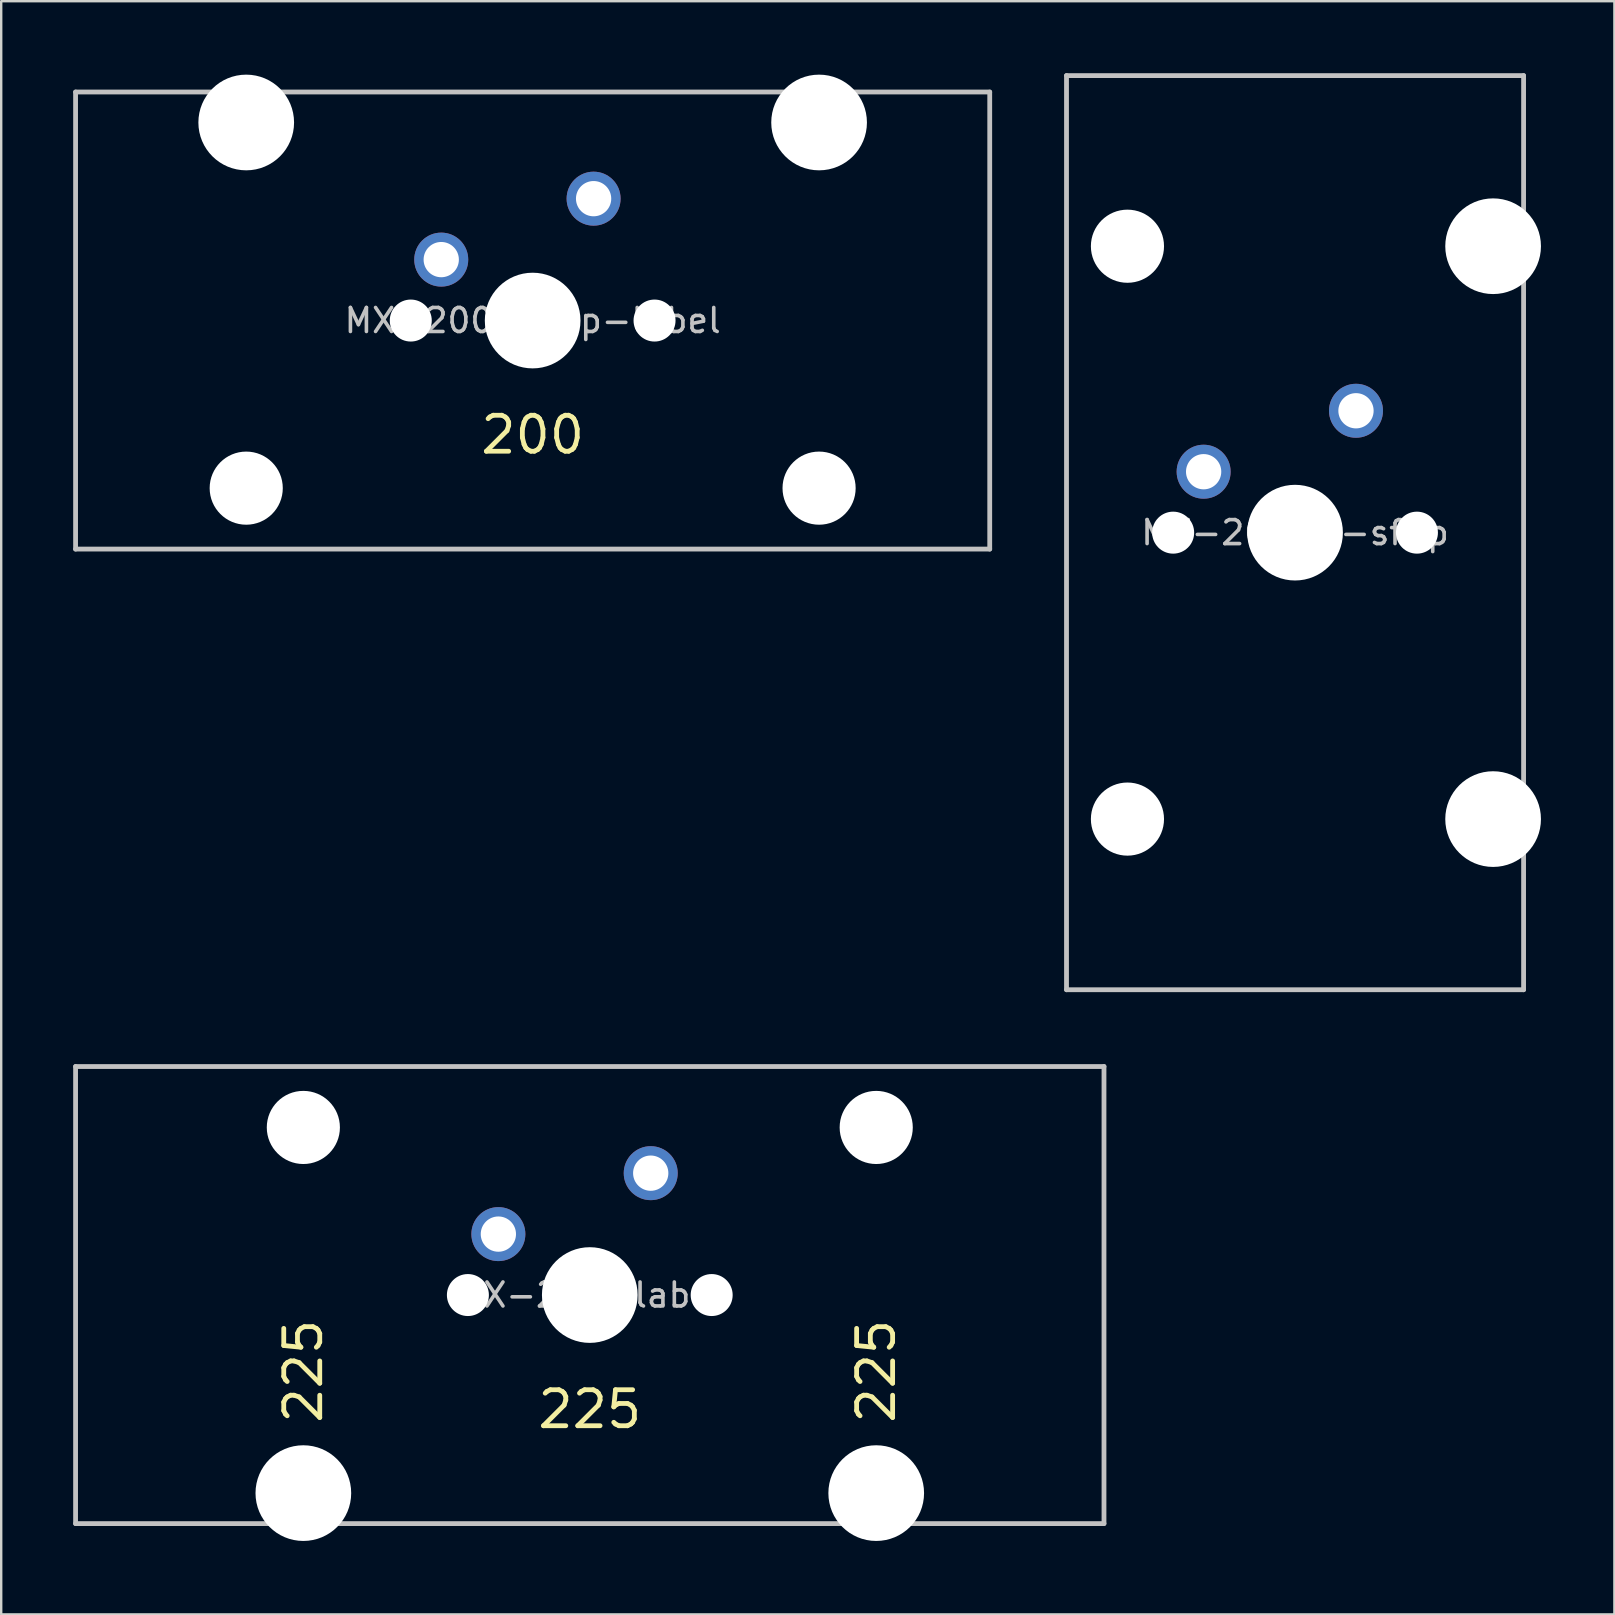
<source format=kicad_pcb>
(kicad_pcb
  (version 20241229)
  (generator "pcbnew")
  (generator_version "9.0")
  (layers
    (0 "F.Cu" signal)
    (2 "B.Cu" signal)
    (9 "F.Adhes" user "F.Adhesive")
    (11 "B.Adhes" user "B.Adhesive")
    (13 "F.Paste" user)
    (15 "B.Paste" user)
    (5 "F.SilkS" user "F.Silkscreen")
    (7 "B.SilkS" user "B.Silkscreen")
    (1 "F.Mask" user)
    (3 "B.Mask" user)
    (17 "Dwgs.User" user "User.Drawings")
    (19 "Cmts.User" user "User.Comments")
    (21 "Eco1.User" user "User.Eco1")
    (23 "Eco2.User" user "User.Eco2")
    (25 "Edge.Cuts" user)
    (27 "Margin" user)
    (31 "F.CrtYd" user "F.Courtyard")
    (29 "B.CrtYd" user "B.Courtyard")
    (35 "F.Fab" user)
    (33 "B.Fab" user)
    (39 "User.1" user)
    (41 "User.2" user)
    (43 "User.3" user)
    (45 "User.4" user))
  (footprint "MX-200-V-sflip"
    (layer "F.Cu")
    (at 50.925 19.15)
    (property "Reference" "MX-200-V-sflip" (at 0 0 0) (layer "Dwgs.User") (effects (font (size 1 1) (thickness 0.15))))
    (attr through_hole)
    (fp_line (start -9.525 -19.05) (end -9.525 19.05) (stroke (width 0.2) (type solid)) (layer "Dwgs.User"))
    (fp_line (start -9.525 -19.05) (end 9.525 -19.05) (stroke (width 0.2) (type solid)) (layer "Dwgs.User"))
    (fp_line (start 9.525 -19.05) (end 9.525 19.05) (stroke (width 0.2) (type solid)) (layer "Dwgs.User"))
    (fp_line (start 9.525 19.05) (end -9.525 19.05) (stroke (width 0.2) (type solid)) (layer "Dwgs.User"))
    (fp_line (start -8.95 -15.368) (end -8.95 -8.508) (stroke (width 0.12) (type solid)) (layer "Eco1.User"))
    (fp_line (start -8.95 -8.508) (end 7 -8.508) (stroke (width 0.12) (type solid)) (layer "Eco1.User"))
    (fp_line (start -8.95 8.508) (end -8.95 15.368) (stroke (width 0.12) (type solid)) (layer "Eco1.User"))
    (fp_line (start -8.95 15.368) (end 10.25 15.368) (stroke (width 0.12) (type solid)) (layer "Eco1.User"))
    (fp_line (start -7 -7) (end 7 -7) (stroke (width 0.12) (type solid)) (layer "Eco1.User"))
    (fp_line (start -7 7) (end -7 -7) (stroke (width 0.12) (type solid)) (layer "Eco1.User"))
    (fp_line (start -7 7) (end 7 7) (stroke (width 0.12) (type solid)) (layer "Eco1.User"))
    (fp_line (start 7 -8.508) (end 7 -7) (stroke (width 0.12) (type solid)) (layer "Eco1.User"))
    (fp_line (start 7 7) (end 7 8.508) (stroke (width 0.12) (type solid)) (layer "Eco1.User"))
    (fp_line (start 7 8.508) (end -8.95 8.508) (stroke (width 0.12) (type solid)) (layer "Eco1.User"))
    (fp_line (start 10.25 -15.368) (end -8.95 -15.368) (stroke (width 0.12) (type solid)) (layer "Eco1.User"))
    (fp_line (start 10.25 15.368) (end 10.25 -15.368) (stroke (width 0.12) (type solid)) (layer "Eco1.User"))
    (fp_circle (center -6.985 -11.938) (end -6.985 -14.438) (stroke (width 0.12) (type solid)) (fill no) (layer "Eco2.User"))
    (fp_circle (center -6.985 11.938) (end -6.985 9.438) (stroke (width 0.12) (type solid)) (fill no) (layer "Eco2.User"))
    (pad "" np_thru_hole circle (at -6.985 -11.938 90) (size 3.048 3.048) (drill 3.048) (layers "*.Cu" "*.Mask"))
    (pad "" np_thru_hole circle (at -6.985 11.938 90) (size 3.048 3.048) (drill 3.048) (layers "*.Cu" "*.Mask"))
    (pad "" np_thru_hole circle (at -5.08 0) (size 1.75 1.75) (drill 1.75) (layers "*.Cu" "*.Mask"))
    (pad "" np_thru_hole circle (at 0 0) (size 3.988 3.988) (drill 3.988) (layers "*.Cu" "*.Mask"))
    (pad "" np_thru_hole circle (at 5.08 0) (size 1.75 1.75) (drill 1.75) (layers "*.Cu" "*.Mask"))
    (pad "" np_thru_hole circle (at 8.255 -11.938 90) (size 3.988 3.988) (drill 3.988) (layers "*.Cu" "*.Mask"))
    (pad "" np_thru_hole circle (at 8.255 11.938 90) (size 3.988 3.988) (drill 3.988) (layers "*.Cu" "*.Mask"))
    (pad "1" thru_hole circle (at 2.54 -5.08) (size 2.25 2.25) (drill 1.47) (layers "*.Cu" "B.Mask"))
    (pad "2" thru_hole circle (at -3.81 -2.54) (size 2.25 2.25) (drill 1.47) (layers "*.Cu" "B.Mask")))
  (footprint "MX-200-sflip-label"
    (layer "F.Cu")
    (at 19.15 10.31)
    (property "Reference" "MX-200-sflip-label" (at 0 0 0) (layer "Dwgs.User") (effects (font (size 1 1) (thickness 0.15))))
    (attr through_hole)
    (fp_line (start -19.05 -9.525) (end 19.05 -9.525) (stroke (width 0.2) (type solid)) (layer "Dwgs.User"))
    (fp_line (start -19.05 9.525) (end -19.05 -9.525) (stroke (width 0.2) (type solid)) (layer "Dwgs.User"))
    (fp_line (start -19.05 9.525) (end 19.05 9.525) (stroke (width 0.2) (type solid)) (layer "Dwgs.User"))
    (fp_line (start 19.05 -9.525) (end 19.05 9.525) (stroke (width 0.2) (type solid)) (layer "Dwgs.User"))
    (fp_line (start -15.368 -10.25) (end -15.368 8.95) (stroke (width 0.12) (type solid)) (layer "Eco1.User"))
    (fp_line (start -15.368 8.95) (end -8.508 8.95) (stroke (width 0.12) (type solid)) (layer "Eco1.User"))
    (fp_line (start -8.508 -7) (end -7 -7) (stroke (width 0.12) (type solid)) (layer "Eco1.User"))
    (fp_line (start -8.508 8.95) (end -8.508 -7) (stroke (width 0.12) (type solid)) (layer "Eco1.User"))
    (fp_line (start -7 7) (end -7 -7) (stroke (width 0.12) (type solid)) (layer "Eco1.User"))
    (fp_line (start 7 -7) (end 8.508 -7) (stroke (width 0.12) (type solid)) (layer "Eco1.User"))
    (fp_line (start 7 7) (end -7 7) (stroke (width 0.12) (type solid)) (layer "Eco1.User"))
    (fp_line (start 7 7) (end 7 -7) (stroke (width 0.12) (type solid)) (layer "Eco1.User"))
    (fp_line (start 8.508 -7) (end 8.508 8.95) (stroke (width 0.12) (type solid)) (layer "Eco1.User"))
    (fp_line (start 8.508 8.95) (end 15.368 8.95) (stroke (width 0.12) (type solid)) (layer "Eco1.User"))
    (fp_line (start 15.368 -10.25) (end -15.368 -10.25) (stroke (width 0.12) (type solid)) (layer "Eco1.User"))
    (fp_line (start 15.368 8.95) (end 15.368 -10.25) (stroke (width 0.12) (type solid)) (layer "Eco1.User"))
    (fp_circle (center -11.938 6.985) (end -14.438 6.985) (stroke (width 0.12) (type solid)) (fill no) (layer "Eco2.User"))
    (fp_circle (center 11.938 6.985) (end 9.438 6.985) (stroke (width 0.12) (type solid)) (fill no) (layer "Eco2.User"))
    (fp_text user "200" (at 0 4.763 0) (layer "F.SilkS") (effects (font (size 1.5 1.5) (thickness 0.2))))
    (pad "" np_thru_hole circle (at -11.938 -8.255 180) (size 3.988 3.988) (drill 3.988) (layers "*.Cu" "*.Mask"))
    (pad "" np_thru_hole circle (at -11.938 6.985 180) (size 3.048 3.048) (drill 3.048) (layers "*.Cu" "*.Mask"))
    (pad "" np_thru_hole circle (at -5.08 0) (size 1.75 1.75) (drill 1.75) (layers "*.Cu" "*.Mask"))
    (pad "" np_thru_hole circle (at 0 0) (size 3.988 3.988) (drill 3.988) (layers "*.Cu" "*.Mask"))
    (pad "" np_thru_hole circle (at 5.08 0) (size 1.75 1.75) (drill 1.75) (layers "*.Cu" "*.Mask"))
    (pad "" np_thru_hole circle (at 11.938 -8.255 180) (size 3.988 3.988) (drill 3.988) (layers "*.Cu" "*.Mask"))
    (pad "" np_thru_hole circle (at 11.938 6.985 180) (size 3.048 3.048) (drill 3.048) (layers "*.Cu" "*.Mask"))
    (pad "1" thru_hole circle (at 2.54 -5.08) (size 2.25 2.25) (drill 1.47) (layers "*.Cu" "B.Mask"))
    (pad "2" thru_hole circle (at -3.81 -2.54) (size 2.25 2.25) (drill 1.47) (layers "*.Cu" "B.Mask")))
  (footprint "MX-225-label"
    (layer "F.Cu")
    (at 21.531 50.925)
    (property "Reference" "MX-225-label" (at 0 0 0) (layer "Dwgs.User") (effects (font (size 1 1) (thickness 0.15))))
    (attr through_hole)
    (fp_line (start -21.431 9.525) (end -21.431 -9.525) (stroke (width 0.2) (type solid)) (layer "Dwgs.User"))
    (fp_line (start 21.431 -9.525) (end -21.431 -9.525) (stroke (width 0.2) (type solid)) (layer "Dwgs.User"))
    (fp_line (start 21.431 -9.525) (end 21.431 9.525) (stroke (width 0.2) (type solid)) (layer "Dwgs.User"))
    (fp_line (start 21.431 9.525) (end -21.431 9.525) (stroke (width 0.2) (type solid)) (layer "Dwgs.User"))
    (fp_line (start -15.368 -8.95) (end -15.368 10.25) (stroke (width 0.12) (type solid)) (layer "Eco1.User"))
    (fp_line (start -15.368 10.25) (end 15.368 10.25) (stroke (width 0.12) (type solid)) (layer "Eco1.User"))
    (fp_line (start -8.508 -8.95) (end -15.368 -8.95) (stroke (width 0.12) (type solid)) (layer "Eco1.User"))
    (fp_line (start -8.508 7) (end -8.508 -8.95) (stroke (width 0.12) (type solid)) (layer "Eco1.User"))
    (fp_line (start -7 -7) (end -7 7) (stroke (width 0.12) (type solid)) (layer "Eco1.User"))
    (fp_line (start -7 -7) (end 7 -7) (stroke (width 0.12) (type solid)) (layer "Eco1.User"))
    (fp_line (start -7 7) (end -8.508 7) (stroke (width 0.12) (type solid)) (layer "Eco1.User"))
    (fp_line (start 7 -7) (end 7 7) (stroke (width 0.12) (type solid)) (layer "Eco1.User"))
    (fp_line (start 8.508 -8.95) (end 8.508 7) (stroke (width 0.12) (type solid)) (layer "Eco1.User"))
    (fp_line (start 8.508 7) (end 7 7) (stroke (width 0.12) (type solid)) (layer "Eco1.User"))
    (fp_line (start 15.368 -8.95) (end 8.508 -8.95) (stroke (width 0.12) (type solid)) (layer "Eco1.User"))
    (fp_line (start 15.368 10.25) (end 15.368 -8.95) (stroke (width 0.12) (type solid)) (layer "Eco1.User"))
    (fp_circle (center -11.938 -6.985) (end -9.438 -6.985) (stroke (width 0.12) (type solid)) (fill no) (layer "Eco2.User"))
    (fp_circle (center 11.938 -6.985) (end 14.438 -6.985) (stroke (width 0.12) (type solid)) (fill no) (layer "Eco2.User"))
    (fp_text user "225" (at 11.938 3.175 90) (layer "F.SilkS") (effects (font (size 1.5 1.5) (thickness 0.2))))
    (fp_text user "225" (at -11.938 3.175 90) (layer "F.SilkS") (effects (font (size 1.5 1.5) (thickness 0.2))))
    (fp_text user "225" (at 0 4.763 0) (layer "F.SilkS") (effects (font (size 1.5 1.5) (thickness 0.2))))
    (pad "" np_thru_hole circle (at -11.938 -6.985) (size 3.048 3.048) (drill 3.048) (layers "*.Cu" "*.Mask"))
    (pad "" np_thru_hole circle (at -11.938 8.255) (size 3.988 3.988) (drill 3.988) (layers "*.Cu" "*.Mask"))
    (pad "" np_thru_hole circle (at -5.08 0) (size 1.75 1.75) (drill 1.75) (layers "*.Cu" "*.Mask"))
    (pad "" np_thru_hole circle (at 0 0) (size 3.988 3.988) (drill 3.988) (layers "*.Cu" "*.Mask"))
    (pad "" np_thru_hole circle (at 5.08 0) (size 1.75 1.75) (drill 1.75) (layers "*.Cu" "*.Mask"))
    (pad "" np_thru_hole circle (at 11.938 -6.985) (size 3.048 3.048) (drill 3.048) (layers "*.Cu" "*.Mask"))
    (pad "" np_thru_hole circle (at 11.938 8.255) (size 3.988 3.988) (drill 3.988) (layers "*.Cu" "*.Mask"))
    (pad "1" thru_hole circle (at 2.54 -5.08) (size 2.25 2.25) (drill 1.47) (layers "*.Cu" "B.Mask"))
    (pad "2" thru_hole circle (at -3.81 -2.54) (size 2.25 2.25) (drill 1.47) (layers "*.Cu" "B.Mask")))
  (gr_rect
    (start -3 -3)
    (end 64.235 64.235)
    (stroke (width 0.1) (type default))
    (fill no)
    (layer "Edge.Cuts")))
</source>
